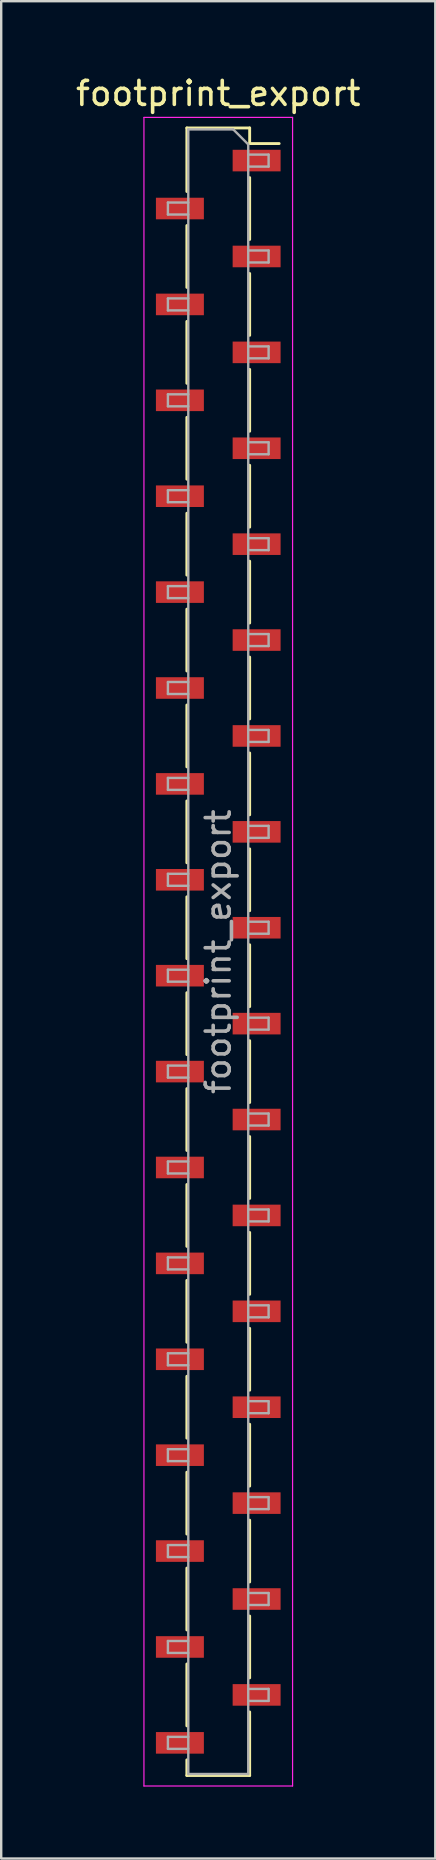
<source format=kicad_pcb>
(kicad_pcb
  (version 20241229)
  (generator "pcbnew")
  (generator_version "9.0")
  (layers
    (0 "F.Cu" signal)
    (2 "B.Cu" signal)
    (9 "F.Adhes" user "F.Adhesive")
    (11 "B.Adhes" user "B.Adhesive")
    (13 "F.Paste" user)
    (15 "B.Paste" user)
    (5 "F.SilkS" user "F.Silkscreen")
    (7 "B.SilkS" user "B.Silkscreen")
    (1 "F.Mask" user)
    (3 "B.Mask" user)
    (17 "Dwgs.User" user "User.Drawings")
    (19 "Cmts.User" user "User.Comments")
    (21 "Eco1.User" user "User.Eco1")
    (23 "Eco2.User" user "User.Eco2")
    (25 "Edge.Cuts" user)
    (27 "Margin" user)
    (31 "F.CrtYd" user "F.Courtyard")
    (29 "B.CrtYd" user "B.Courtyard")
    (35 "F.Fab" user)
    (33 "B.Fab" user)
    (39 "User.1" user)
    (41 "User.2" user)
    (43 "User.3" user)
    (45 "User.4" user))
  (footprint "footprint_export"
    (layer "F.Cu")
    (at 6.054 36.648)
    (property "Reference" "footprint_export" (at 0 -35.8 0) (layer "F.SilkS") (effects (font (size 1 1) (thickness 0.15))))
    (attr smd)
    (fp_line (start -1.31 -34.36) (end -1.31 -31.71) (stroke (width 0.12) (type solid)) (layer "F.SilkS"))
    (fp_line (start -1.31 -34.36) (end 1.31 -34.36) (stroke (width 0.12) (type solid)) (layer "F.SilkS"))
    (fp_line (start -1.31 -30.29) (end -1.31 -27.71) (stroke (width 0.12) (type solid)) (layer "F.SilkS"))
    (fp_line (start -1.31 -26.29) (end -1.31 -23.71) (stroke (width 0.12) (type solid)) (layer "F.SilkS"))
    (fp_line (start -1.31 -22.29) (end -1.31 -19.71) (stroke (width 0.12) (type solid)) (layer "F.SilkS"))
    (fp_line (start -1.31 -18.29) (end -1.31 -15.71) (stroke (width 0.12) (type solid)) (layer "F.SilkS"))
    (fp_line (start -1.31 -14.29) (end -1.31 -11.71) (stroke (width 0.12) (type solid)) (layer "F.SilkS"))
    (fp_line (start -1.31 -10.29) (end -1.31 -7.71) (stroke (width 0.12) (type solid)) (layer "F.SilkS"))
    (fp_line (start -1.31 -6.29) (end -1.31 -3.71) (stroke (width 0.12) (type solid)) (layer "F.SilkS"))
    (fp_line (start -1.31 -2.29) (end -1.31 0.29) (stroke (width 0.12) (type solid)) (layer "F.SilkS"))
    (fp_line (start -1.31 1.71) (end -1.31 4.29) (stroke (width 0.12) (type solid)) (layer "F.SilkS"))
    (fp_line (start -1.31 5.71) (end -1.31 8.29) (stroke (width 0.12) (type solid)) (layer "F.SilkS"))
    (fp_line (start -1.31 9.71) (end -1.31 12.29) (stroke (width 0.12) (type solid)) (layer "F.SilkS"))
    (fp_line (start -1.31 13.71) (end -1.31 16.29) (stroke (width 0.12) (type solid)) (layer "F.SilkS"))
    (fp_line (start -1.31 17.71) (end -1.31 20.29) (stroke (width 0.12) (type solid)) (layer "F.SilkS"))
    (fp_line (start -1.31 21.71) (end -1.31 24.29) (stroke (width 0.12) (type solid)) (layer "F.SilkS"))
    (fp_line (start -1.31 25.71) (end -1.31 28.29) (stroke (width 0.12) (type solid)) (layer "F.SilkS"))
    (fp_line (start -1.31 29.71) (end -1.31 32.29) (stroke (width 0.12) (type solid)) (layer "F.SilkS"))
    (fp_line (start -1.31 33.71) (end -1.31 34.36) (stroke (width 0.12) (type solid)) (layer "F.SilkS"))
    (fp_line (start -1.31 34.36) (end 1.31 34.36) (stroke (width 0.12) (type solid)) (layer "F.SilkS"))
    (fp_line (start 1.31 -34.36) (end 1.31 -33.71) (stroke (width 0.12) (type solid)) (layer "F.SilkS"))
    (fp_line (start 1.31 -33.71) (end 2.54 -33.71) (stroke (width 0.12) (type solid)) (layer "F.SilkS"))
    (fp_line (start 1.31 -32.29) (end 1.31 -29.71) (stroke (width 0.12) (type solid)) (layer "F.SilkS"))
    (fp_line (start 1.31 -28.29) (end 1.31 -25.71) (stroke (width 0.12) (type solid)) (layer "F.SilkS"))
    (fp_line (start 1.31 -24.29) (end 1.31 -21.71) (stroke (width 0.12) (type solid)) (layer "F.SilkS"))
    (fp_line (start 1.31 -20.29) (end 1.31 -17.71) (stroke (width 0.12) (type solid)) (layer "F.SilkS"))
    (fp_line (start 1.31 -16.29) (end 1.31 -13.71) (stroke (width 0.12) (type solid)) (layer "F.SilkS"))
    (fp_line (start 1.31 -12.29) (end 1.31 -9.71) (stroke (width 0.12) (type solid)) (layer "F.SilkS"))
    (fp_line (start 1.31 -8.29) (end 1.31 -5.71) (stroke (width 0.12) (type solid)) (layer "F.SilkS"))
    (fp_line (start 1.31 -4.29) (end 1.31 -1.71) (stroke (width 0.12) (type solid)) (layer "F.SilkS"))
    (fp_line (start 1.31 -0.29) (end 1.31 2.29) (stroke (width 0.12) (type solid)) (layer "F.SilkS"))
    (fp_line (start 1.31 3.71) (end 1.31 6.29) (stroke (width 0.12) (type solid)) (layer "F.SilkS"))
    (fp_line (start 1.31 7.71) (end 1.31 10.29) (stroke (width 0.12) (type solid)) (layer "F.SilkS"))
    (fp_line (start 1.31 11.71) (end 1.31 14.29) (stroke (width 0.12) (type solid)) (layer "F.SilkS"))
    (fp_line (start 1.31 15.71) (end 1.31 18.29) (stroke (width 0.12) (type solid)) (layer "F.SilkS"))
    (fp_line (start 1.31 19.71) (end 1.31 22.29) (stroke (width 0.12) (type solid)) (layer "F.SilkS"))
    (fp_line (start 1.31 23.71) (end 1.31 26.29) (stroke (width 0.12) (type solid)) (layer "F.SilkS"))
    (fp_line (start 1.31 27.71) (end 1.31 30.29) (stroke (width 0.12) (type solid)) (layer "F.SilkS"))
    (fp_line (start 1.31 31.71) (end 1.31 34.36) (stroke (width 0.12) (type solid)) (layer "F.SilkS"))
    (fp_line (start -3.1 -34.8) (end 3.1 -34.8) (stroke (width 0.05) (type solid)) (layer "F.CrtYd"))
    (fp_line (start -3.1 34.8) (end -3.1 -34.8) (stroke (width 0.05) (type solid)) (layer "F.CrtYd"))
    (fp_line (start 3.1 -34.8) (end 3.1 34.8) (stroke (width 0.05) (type solid)) (layer "F.CrtYd"))
    (fp_line (start 3.1 34.8) (end -3.1 34.8) (stroke (width 0.05) (type solid)) (layer "F.CrtYd"))
    (fp_line (start -2.1 -31.25) (end -1.25 -31.25) (stroke (width 0.1) (type solid)) (layer "F.Fab"))
    (fp_line (start -2.1 -30.75) (end -2.1 -31.25) (stroke (width 0.1) (type solid)) (layer "F.Fab"))
    (fp_line (start -2.1 -27.25) (end -1.25 -27.25) (stroke (width 0.1) (type solid)) (layer "F.Fab"))
    (fp_line (start -2.1 -26.75) (end -2.1 -27.25) (stroke (width 0.1) (type solid)) (layer "F.Fab"))
    (fp_line (start -2.1 -23.25) (end -1.25 -23.25) (stroke (width 0.1) (type solid)) (layer "F.Fab"))
    (fp_line (start -2.1 -22.75) (end -2.1 -23.25) (stroke (width 0.1) (type solid)) (layer "F.Fab"))
    (fp_line (start -2.1 -19.25) (end -1.25 -19.25) (stroke (width 0.1) (type solid)) (layer "F.Fab"))
    (fp_line (start -2.1 -18.75) (end -2.1 -19.25) (stroke (width 0.1) (type solid)) (layer "F.Fab"))
    (fp_line (start -2.1 -15.25) (end -1.25 -15.25) (stroke (width 0.1) (type solid)) (layer "F.Fab"))
    (fp_line (start -2.1 -14.75) (end -2.1 -15.25) (stroke (width 0.1) (type solid)) (layer "F.Fab"))
    (fp_line (start -2.1 -11.25) (end -1.25 -11.25) (stroke (width 0.1) (type solid)) (layer "F.Fab"))
    (fp_line (start -2.1 -10.75) (end -2.1 -11.25) (stroke (width 0.1) (type solid)) (layer "F.Fab"))
    (fp_line (start -2.1 -7.25) (end -1.25 -7.25) (stroke (width 0.1) (type solid)) (layer "F.Fab"))
    (fp_line (start -2.1 -6.75) (end -2.1 -7.25) (stroke (width 0.1) (type solid)) (layer "F.Fab"))
    (fp_line (start -2.1 -3.25) (end -1.25 -3.25) (stroke (width 0.1) (type solid)) (layer "F.Fab"))
    (fp_line (start -2.1 -2.75) (end -2.1 -3.25) (stroke (width 0.1) (type solid)) (layer "F.Fab"))
    (fp_line (start -2.1 0.75) (end -1.25 0.75) (stroke (width 0.1) (type solid)) (layer "F.Fab"))
    (fp_line (start -2.1 1.25) (end -2.1 0.75) (stroke (width 0.1) (type solid)) (layer "F.Fab"))
    (fp_line (start -2.1 4.75) (end -1.25 4.75) (stroke (width 0.1) (type solid)) (layer "F.Fab"))
    (fp_line (start -2.1 5.25) (end -2.1 4.75) (stroke (width 0.1) (type solid)) (layer "F.Fab"))
    (fp_line (start -2.1 8.75) (end -1.25 8.75) (stroke (width 0.1) (type solid)) (layer "F.Fab"))
    (fp_line (start -2.1 9.25) (end -2.1 8.75) (stroke (width 0.1) (type solid)) (layer "F.Fab"))
    (fp_line (start -2.1 12.75) (end -1.25 12.75) (stroke (width 0.1) (type solid)) (layer "F.Fab"))
    (fp_line (start -2.1 13.25) (end -2.1 12.75) (stroke (width 0.1) (type solid)) (layer "F.Fab"))
    (fp_line (start -2.1 16.75) (end -1.25 16.75) (stroke (width 0.1) (type solid)) (layer "F.Fab"))
    (fp_line (start -2.1 17.25) (end -2.1 16.75) (stroke (width 0.1) (type solid)) (layer "F.Fab"))
    (fp_line (start -2.1 20.75) (end -1.25 20.75) (stroke (width 0.1) (type solid)) (layer "F.Fab"))
    (fp_line (start -2.1 21.25) (end -2.1 20.75) (stroke (width 0.1) (type solid)) (layer "F.Fab"))
    (fp_line (start -2.1 24.75) (end -1.25 24.75) (stroke (width 0.1) (type solid)) (layer "F.Fab"))
    (fp_line (start -2.1 25.25) (end -2.1 24.75) (stroke (width 0.1) (type solid)) (layer "F.Fab"))
    (fp_line (start -2.1 28.75) (end -1.25 28.75) (stroke (width 0.1) (type solid)) (layer "F.Fab"))
    (fp_line (start -2.1 29.25) (end -2.1 28.75) (stroke (width 0.1) (type solid)) (layer "F.Fab"))
    (fp_line (start -2.1 32.75) (end -1.25 32.75) (stroke (width 0.1) (type solid)) (layer "F.Fab"))
    (fp_line (start -2.1 33.25) (end -2.1 32.75) (stroke (width 0.1) (type solid)) (layer "F.Fab"))
    (fp_line (start -1.25 -34.3) (end 0.625 -34.3) (stroke (width 0.1) (type solid)) (layer "F.Fab"))
    (fp_line (start -1.25 -30.75) (end -2.1 -30.75) (stroke (width 0.1) (type solid)) (layer "F.Fab"))
    (fp_line (start -1.25 -26.75) (end -2.1 -26.75) (stroke (width 0.1) (type solid)) (layer "F.Fab"))
    (fp_line (start -1.25 -22.75) (end -2.1 -22.75) (stroke (width 0.1) (type solid)) (layer "F.Fab"))
    (fp_line (start -1.25 -18.75) (end -2.1 -18.75) (stroke (width 0.1) (type solid)) (layer "F.Fab"))
    (fp_line (start -1.25 -14.75) (end -2.1 -14.75) (stroke (width 0.1) (type solid)) (layer "F.Fab"))
    (fp_line (start -1.25 -10.75) (end -2.1 -10.75) (stroke (width 0.1) (type solid)) (layer "F.Fab"))
    (fp_line (start -1.25 -6.75) (end -2.1 -6.75) (stroke (width 0.1) (type solid)) (layer "F.Fab"))
    (fp_line (start -1.25 -2.75) (end -2.1 -2.75) (stroke (width 0.1) (type solid)) (layer "F.Fab"))
    (fp_line (start -1.25 1.25) (end -2.1 1.25) (stroke (width 0.1) (type solid)) (layer "F.Fab"))
    (fp_line (start -1.25 5.25) (end -2.1 5.25) (stroke (width 0.1) (type solid)) (layer "F.Fab"))
    (fp_line (start -1.25 9.25) (end -2.1 9.25) (stroke (width 0.1) (type solid)) (layer "F.Fab"))
    (fp_line (start -1.25 13.25) (end -2.1 13.25) (stroke (width 0.1) (type solid)) (layer "F.Fab"))
    (fp_line (start -1.25 17.25) (end -2.1 17.25) (stroke (width 0.1) (type solid)) (layer "F.Fab"))
    (fp_line (start -1.25 21.25) (end -2.1 21.25) (stroke (width 0.1) (type solid)) (layer "F.Fab"))
    (fp_line (start -1.25 25.25) (end -2.1 25.25) (stroke (width 0.1) (type solid)) (layer "F.Fab"))
    (fp_line (start -1.25 29.25) (end -2.1 29.25) (stroke (width 0.1) (type solid)) (layer "F.Fab"))
    (fp_line (start -1.25 33.25) (end -2.1 33.25) (stroke (width 0.1) (type solid)) (layer "F.Fab"))
    (fp_line (start -1.25 34.3) (end -1.25 -34.3) (stroke (width 0.1) (type solid)) (layer "F.Fab"))
    (fp_line (start 0.625 -34.3) (end 1.25 -33.675) (stroke (width 0.1) (type solid)) (layer "F.Fab"))
    (fp_line (start 1.25 -33.675) (end 1.25 34.3) (stroke (width 0.1) (type solid)) (layer "F.Fab"))
    (fp_line (start 1.25 -33.25) (end 2.1 -33.25) (stroke (width 0.1) (type solid)) (layer "F.Fab"))
    (fp_line (start 1.25 -29.25) (end 2.1 -29.25) (stroke (width 0.1) (type solid)) (layer "F.Fab"))
    (fp_line (start 1.25 -25.25) (end 2.1 -25.25) (stroke (width 0.1) (type solid)) (layer "F.Fab"))
    (fp_line (start 1.25 -21.25) (end 2.1 -21.25) (stroke (width 0.1) (type solid)) (layer "F.Fab"))
    (fp_line (start 1.25 -17.25) (end 2.1 -17.25) (stroke (width 0.1) (type solid)) (layer "F.Fab"))
    (fp_line (start 1.25 -13.25) (end 2.1 -13.25) (stroke (width 0.1) (type solid)) (layer "F.Fab"))
    (fp_line (start 1.25 -9.25) (end 2.1 -9.25) (stroke (width 0.1) (type solid)) (layer "F.Fab"))
    (fp_line (start 1.25 -5.25) (end 2.1 -5.25) (stroke (width 0.1) (type solid)) (layer "F.Fab"))
    (fp_line (start 1.25 -1.25) (end 2.1 -1.25) (stroke (width 0.1) (type solid)) (layer "F.Fab"))
    (fp_line (start 1.25 2.75) (end 2.1 2.75) (stroke (width 0.1) (type solid)) (layer "F.Fab"))
    (fp_line (start 1.25 6.75) (end 2.1 6.75) (stroke (width 0.1) (type solid)) (layer "F.Fab"))
    (fp_line (start 1.25 10.75) (end 2.1 10.75) (stroke (width 0.1) (type solid)) (layer "F.Fab"))
    (fp_line (start 1.25 14.75) (end 2.1 14.75) (stroke (width 0.1) (type solid)) (layer "F.Fab"))
    (fp_line (start 1.25 18.75) (end 2.1 18.75) (stroke (width 0.1) (type solid)) (layer "F.Fab"))
    (fp_line (start 1.25 22.75) (end 2.1 22.75) (stroke (width 0.1) (type solid)) (layer "F.Fab"))
    (fp_line (start 1.25 26.75) (end 2.1 26.75) (stroke (width 0.1) (type solid)) (layer "F.Fab"))
    (fp_line (start 1.25 30.75) (end 2.1 30.75) (stroke (width 0.1) (type solid)) (layer "F.Fab"))
    (fp_line (start 1.25 34.3) (end -1.25 34.3) (stroke (width 0.1) (type solid)) (layer "F.Fab"))
    (fp_line (start 2.1 -33.25) (end 2.1 -32.75) (stroke (width 0.1) (type solid)) (layer "F.Fab"))
    (fp_line (start 2.1 -32.75) (end 1.25 -32.75) (stroke (width 0.1) (type solid)) (layer "F.Fab"))
    (fp_line (start 2.1 -29.25) (end 2.1 -28.75) (stroke (width 0.1) (type solid)) (layer "F.Fab"))
    (fp_line (start 2.1 -28.75) (end 1.25 -28.75) (stroke (width 0.1) (type solid)) (layer "F.Fab"))
    (fp_line (start 2.1 -25.25) (end 2.1 -24.75) (stroke (width 0.1) (type solid)) (layer "F.Fab"))
    (fp_line (start 2.1 -24.75) (end 1.25 -24.75) (stroke (width 0.1) (type solid)) (layer "F.Fab"))
    (fp_line (start 2.1 -21.25) (end 2.1 -20.75) (stroke (width 0.1) (type solid)) (layer "F.Fab"))
    (fp_line (start 2.1 -20.75) (end 1.25 -20.75) (stroke (width 0.1) (type solid)) (layer "F.Fab"))
    (fp_line (start 2.1 -17.25) (end 2.1 -16.75) (stroke (width 0.1) (type solid)) (layer "F.Fab"))
    (fp_line (start 2.1 -16.75) (end 1.25 -16.75) (stroke (width 0.1) (type solid)) (layer "F.Fab"))
    (fp_line (start 2.1 -13.25) (end 2.1 -12.75) (stroke (width 0.1) (type solid)) (layer "F.Fab"))
    (fp_line (start 2.1 -12.75) (end 1.25 -12.75) (stroke (width 0.1) (type solid)) (layer "F.Fab"))
    (fp_line (start 2.1 -9.25) (end 2.1 -8.75) (stroke (width 0.1) (type solid)) (layer "F.Fab"))
    (fp_line (start 2.1 -8.75) (end 1.25 -8.75) (stroke (width 0.1) (type solid)) (layer "F.Fab"))
    (fp_line (start 2.1 -5.25) (end 2.1 -4.75) (stroke (width 0.1) (type solid)) (layer "F.Fab"))
    (fp_line (start 2.1 -4.75) (end 1.25 -4.75) (stroke (width 0.1) (type solid)) (layer "F.Fab"))
    (fp_line (start 2.1 -1.25) (end 2.1 -0.75) (stroke (width 0.1) (type solid)) (layer "F.Fab"))
    (fp_line (start 2.1 -0.75) (end 1.25 -0.75) (stroke (width 0.1) (type solid)) (layer "F.Fab"))
    (fp_line (start 2.1 2.75) (end 2.1 3.25) (stroke (width 0.1) (type solid)) (layer "F.Fab"))
    (fp_line (start 2.1 3.25) (end 1.25 3.25) (stroke (width 0.1) (type solid)) (layer "F.Fab"))
    (fp_line (start 2.1 6.75) (end 2.1 7.25) (stroke (width 0.1) (type solid)) (layer "F.Fab"))
    (fp_line (start 2.1 7.25) (end 1.25 7.25) (stroke (width 0.1) (type solid)) (layer "F.Fab"))
    (fp_line (start 2.1 10.75) (end 2.1 11.25) (stroke (width 0.1) (type solid)) (layer "F.Fab"))
    (fp_line (start 2.1 11.25) (end 1.25 11.25) (stroke (width 0.1) (type solid)) (layer "F.Fab"))
    (fp_line (start 2.1 14.75) (end 2.1 15.25) (stroke (width 0.1) (type solid)) (layer "F.Fab"))
    (fp_line (start 2.1 15.25) (end 1.25 15.25) (stroke (width 0.1) (type solid)) (layer "F.Fab"))
    (fp_line (start 2.1 18.75) (end 2.1 19.25) (stroke (width 0.1) (type solid)) (layer "F.Fab"))
    (fp_line (start 2.1 19.25) (end 1.25 19.25) (stroke (width 0.1) (type solid)) (layer "F.Fab"))
    (fp_line (start 2.1 22.75) (end 2.1 23.25) (stroke (width 0.1) (type solid)) (layer "F.Fab"))
    (fp_line (start 2.1 23.25) (end 1.25 23.25) (stroke (width 0.1) (type solid)) (layer "F.Fab"))
    (fp_line (start 2.1 26.75) (end 2.1 27.25) (stroke (width 0.1) (type solid)) (layer "F.Fab"))
    (fp_line (start 2.1 27.25) (end 1.25 27.25) (stroke (width 0.1) (type solid)) (layer "F.Fab"))
    (fp_line (start 2.1 30.75) (end 2.1 31.25) (stroke (width 0.1) (type solid)) (layer "F.Fab"))
    (fp_line (start 2.1 31.25) (end 1.25 31.25) (stroke (width 0.1) (type solid)) (layer "F.Fab"))
    (fp_text user "${REFERENCE}" (at 0 0 90) (layer "F.Fab") (effects (font (size 1 1) (thickness 0.15))))
    (pad "1" smd rect (at 1.6 -33) (size 2 0.9) (layers "F.Cu" "F.Mask" "F.Paste"))
    (pad "2" smd rect (at -1.6 -31) (size 2 0.9) (layers "F.Cu" "F.Mask" "F.Paste"))
    (pad "3" smd rect (at 1.6 -29) (size 2 0.9) (layers "F.Cu" "F.Mask" "F.Paste"))
    (pad "4" smd rect (at -1.6 -27) (size 2 0.9) (layers "F.Cu" "F.Mask" "F.Paste"))
    (pad "5" smd rect (at 1.6 -25) (size 2 0.9) (layers "F.Cu" "F.Mask" "F.Paste"))
    (pad "6" smd rect (at -1.6 -23) (size 2 0.9) (layers "F.Cu" "F.Mask" "F.Paste"))
    (pad "7" smd rect (at 1.6 -21) (size 2 0.9) (layers "F.Cu" "F.Mask" "F.Paste"))
    (pad "8" smd rect (at -1.6 -19) (size 2 0.9) (layers "F.Cu" "F.Mask" "F.Paste"))
    (pad "9" smd rect (at 1.6 -17) (size 2 0.9) (layers "F.Cu" "F.Mask" "F.Paste"))
    (pad "10" smd rect (at -1.6 -15) (size 2 0.9) (layers "F.Cu" "F.Mask" "F.Paste"))
    (pad "11" smd rect (at 1.6 -13) (size 2 0.9) (layers "F.Cu" "F.Mask" "F.Paste"))
    (pad "12" smd rect (at -1.6 -11) (size 2 0.9) (layers "F.Cu" "F.Mask" "F.Paste"))
    (pad "13" smd rect (at 1.6 -9) (size 2 0.9) (layers "F.Cu" "F.Mask" "F.Paste"))
    (pad "14" smd rect (at -1.6 -7) (size 2 0.9) (layers "F.Cu" "F.Mask" "F.Paste"))
    (pad "15" smd rect (at 1.6 -5) (size 2 0.9) (layers "F.Cu" "F.Mask" "F.Paste"))
    (pad "16" smd rect (at -1.6 -3) (size 2 0.9) (layers "F.Cu" "F.Mask" "F.Paste"))
    (pad "17" smd rect (at 1.6 -1) (size 2 0.9) (layers "F.Cu" "F.Mask" "F.Paste"))
    (pad "18" smd rect (at -1.6 1) (size 2 0.9) (layers "F.Cu" "F.Mask" "F.Paste"))
    (pad "19" smd rect (at 1.6 3) (size 2 0.9) (layers "F.Cu" "F.Mask" "F.Paste"))
    (pad "20" smd rect (at -1.6 5) (size 2 0.9) (layers "F.Cu" "F.Mask" "F.Paste"))
    (pad "21" smd rect (at 1.6 7) (size 2 0.9) (layers "F.Cu" "F.Mask" "F.Paste"))
    (pad "22" smd rect (at -1.6 9) (size 2 0.9) (layers "F.Cu" "F.Mask" "F.Paste"))
    (pad "23" smd rect (at 1.6 11) (size 2 0.9) (layers "F.Cu" "F.Mask" "F.Paste"))
    (pad "24" smd rect (at -1.6 13) (size 2 0.9) (layers "F.Cu" "F.Mask" "F.Paste"))
    (pad "25" smd rect (at 1.6 15) (size 2 0.9) (layers "F.Cu" "F.Mask" "F.Paste"))
    (pad "26" smd rect (at -1.6 17) (size 2 0.9) (layers "F.Cu" "F.Mask" "F.Paste"))
    (pad "27" smd rect (at 1.6 19) (size 2 0.9) (layers "F.Cu" "F.Mask" "F.Paste"))
    (pad "28" smd rect (at -1.6 21) (size 2 0.9) (layers "F.Cu" "F.Mask" "F.Paste"))
    (pad "29" smd rect (at 1.6 23) (size 2 0.9) (layers "F.Cu" "F.Mask" "F.Paste"))
    (pad "30" smd rect (at -1.6 25) (size 2 0.9) (layers "F.Cu" "F.Mask" "F.Paste"))
    (pad "31" smd rect (at 1.6 27) (size 2 0.9) (layers "F.Cu" "F.Mask" "F.Paste"))
    (pad "32" smd rect (at -1.6 29) (size 2 0.9) (layers "F.Cu" "F.Mask" "F.Paste"))
    (pad "33" smd rect (at 1.6 31) (size 2 0.9) (layers "F.Cu" "F.Mask" "F.Paste"))
    (pad "34" smd rect (at -1.6 33) (size 2 0.9) (layers "F.Cu" "F.Mask" "F.Paste")))
  (gr_rect
    (start -3 -3)
    (end 15.107 74.473)
    (stroke (width 0.1) (type default))
    (fill no)
    (layer "Edge.Cuts")))
</source>
